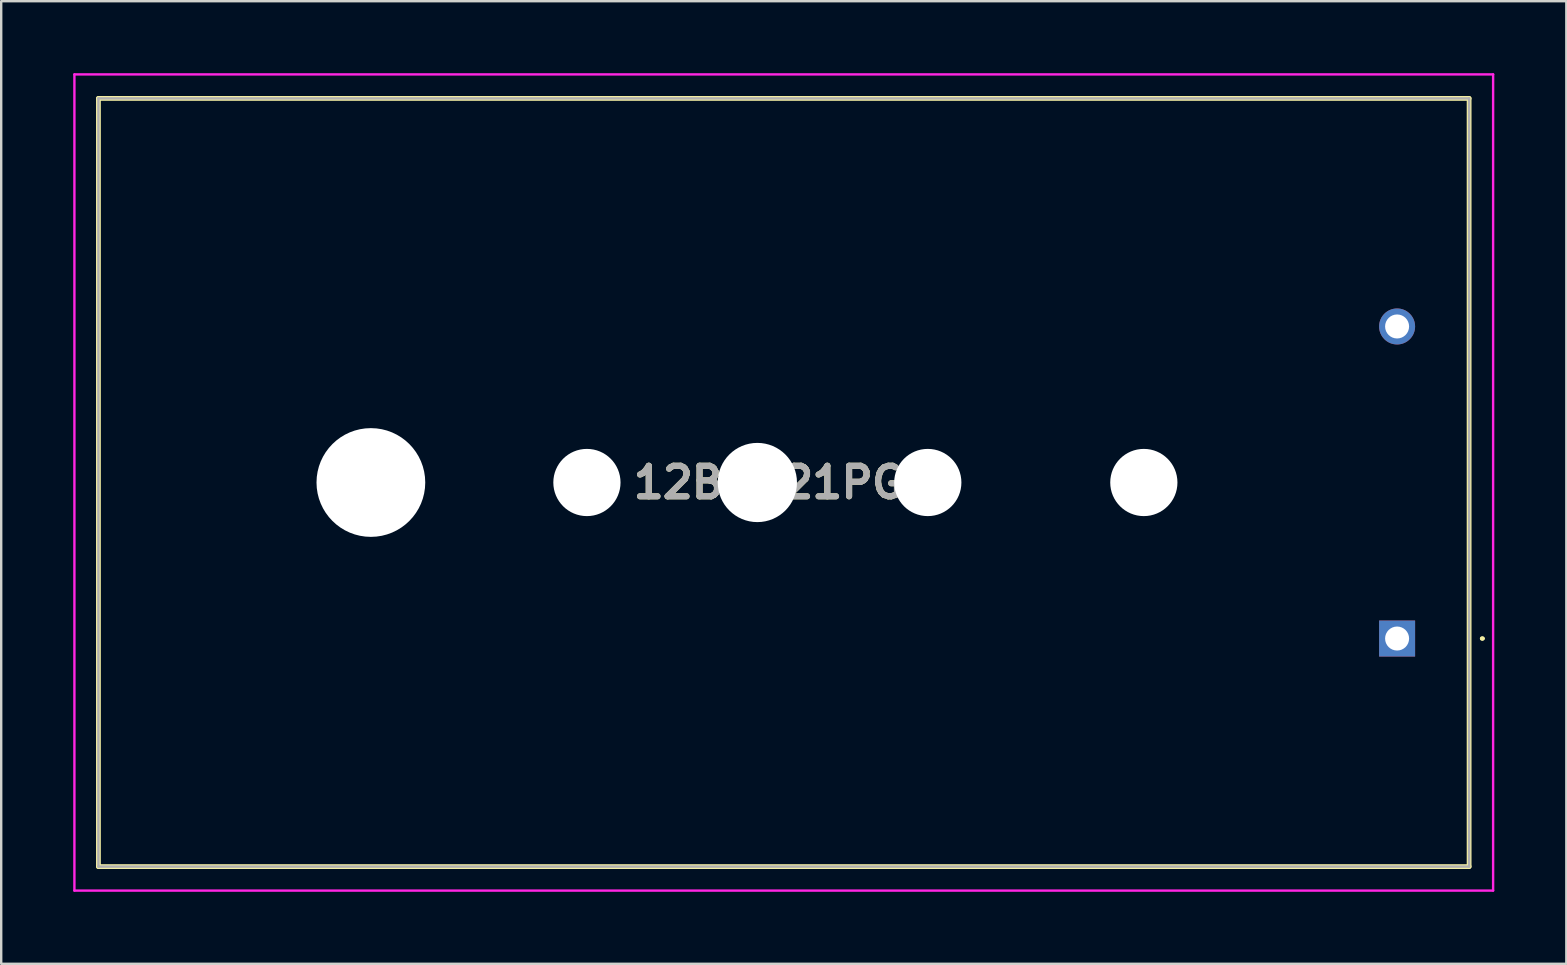
<source format=kicad_pcb>
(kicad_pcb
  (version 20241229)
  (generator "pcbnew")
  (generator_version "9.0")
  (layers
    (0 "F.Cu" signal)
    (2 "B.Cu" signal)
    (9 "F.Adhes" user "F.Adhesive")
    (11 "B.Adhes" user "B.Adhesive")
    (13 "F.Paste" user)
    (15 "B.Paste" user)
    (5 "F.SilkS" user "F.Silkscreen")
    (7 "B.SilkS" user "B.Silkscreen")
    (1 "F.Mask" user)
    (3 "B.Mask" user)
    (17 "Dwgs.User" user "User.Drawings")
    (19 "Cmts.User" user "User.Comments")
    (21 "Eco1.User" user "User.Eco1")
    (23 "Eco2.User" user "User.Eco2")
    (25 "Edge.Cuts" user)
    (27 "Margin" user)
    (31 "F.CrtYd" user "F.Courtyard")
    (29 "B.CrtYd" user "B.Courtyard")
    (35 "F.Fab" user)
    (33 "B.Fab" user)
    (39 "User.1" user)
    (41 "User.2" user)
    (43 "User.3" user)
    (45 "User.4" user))
  (footprint "12BH321PGR"
    (layer "F.Cu")
    (at 55.15 23.55)
    (property "Reference" "12BH321PGR" (at -25.55 -6.5 0) (layer "F.SilkS") (effects (font (size 1.27 1.27) (thickness 0.254))))
    (attr through_hole)
    (fp_line (start -54.1 -22.5) (end 3 -22.5) (stroke (width 0.2) (type solid)) (layer "F.SilkS"))
    (fp_line (start -54.1 9.5) (end -54.1 -22.5) (stroke (width 0.2) (type solid)) (layer "F.SilkS"))
    (fp_line (start 3 -22.5) (end 3 9.5) (stroke (width 0.2) (type solid)) (layer "F.SilkS"))
    (fp_line (start 3 9.5) (end -54.1 9.5) (stroke (width 0.2) (type solid)) (layer "F.SilkS"))
    (fp_line (start 3.5 0) (end 3.5 0) (stroke (width 0.1) (type solid)) (layer "F.SilkS"))
    (fp_line (start 3.6 0) (end 3.6 0) (stroke (width 0.1) (type solid)) (layer "F.SilkS"))
    (fp_arc (start 3.5 0) (mid 3.55 -0.05) (end 3.6 0) (stroke (width 0.1) (type solid)) (layer "F.SilkS"))
    (fp_arc (start 3.6 0) (mid 3.55 0.05) (end 3.5 0) (stroke (width 0.1) (type solid)) (layer "F.SilkS"))
    (fp_line (start -55.1 -23.5) (end 4 -23.5) (stroke (width 0.1) (type solid)) (layer "F.CrtYd"))
    (fp_line (start -55.1 10.5) (end -55.1 -23.5) (stroke (width 0.1) (type solid)) (layer "F.CrtYd"))
    (fp_line (start 4 -23.5) (end 4 10.5) (stroke (width 0.1) (type solid)) (layer "F.CrtYd"))
    (fp_line (start 4 10.5) (end -55.1 10.5) (stroke (width 0.1) (type solid)) (layer "F.CrtYd"))
    (fp_line (start -54.1 -22.5) (end 3 -22.5) (stroke (width 0.1) (type solid)) (layer "F.Fab"))
    (fp_line (start -54.1 9.5) (end -54.1 -22.5) (stroke (width 0.1) (type solid)) (layer "F.Fab"))
    (fp_line (start 3 -22.5) (end 3 9.5) (stroke (width 0.1) (type solid)) (layer "F.Fab"))
    (fp_line (start 3 9.5) (end -54.1 9.5) (stroke (width 0.1) (type solid)) (layer "F.Fab"))
    (fp_text user "${REFERENCE}" (at -25.55 -6.5 0) (layer "F.Fab") (effects (font (size 1.27 1.27) (thickness 0.254))))
    (pad "" np_thru_hole circle (at -42.75 -6.5) (size 4.53 4.53) (drill 4.53) (layers "*.Cu" "*.Mask"))
    (pad "" np_thru_hole circle (at -33.75 -6.5) (size 2.8 2.8) (drill 2.8) (layers "*.Cu" "*.Mask"))
    (pad "" np_thru_hole circle (at -26.65 -6.5) (size 3.3 3.3) (drill 3.3) (layers "*.Cu" "*.Mask"))
    (pad "" np_thru_hole circle (at -19.55 -6.5) (size 2.8 2.8) (drill 2.8) (layers "*.Cu" "*.Mask"))
    (pad "" np_thru_hole circle (at -10.55 -6.5) (size 2.8 2.8) (drill 2.8) (layers "*.Cu" "*.Mask"))
    (pad "1" thru_hole rect (at 0 0) (size 1.5 1.5) (drill 1) (layers "*.Cu" "*.Mask"))
    (pad "2" thru_hole circle (at 0 -13) (size 1.5 1.5) (drill 1) (layers "*.Cu" "*.Mask")))
  (gr_rect
    (start -3 -3)
    (end 62.2 37.1)
    (stroke (width 0.1) (type default))
    (fill no)
    (layer "Edge.Cuts")))
</source>
